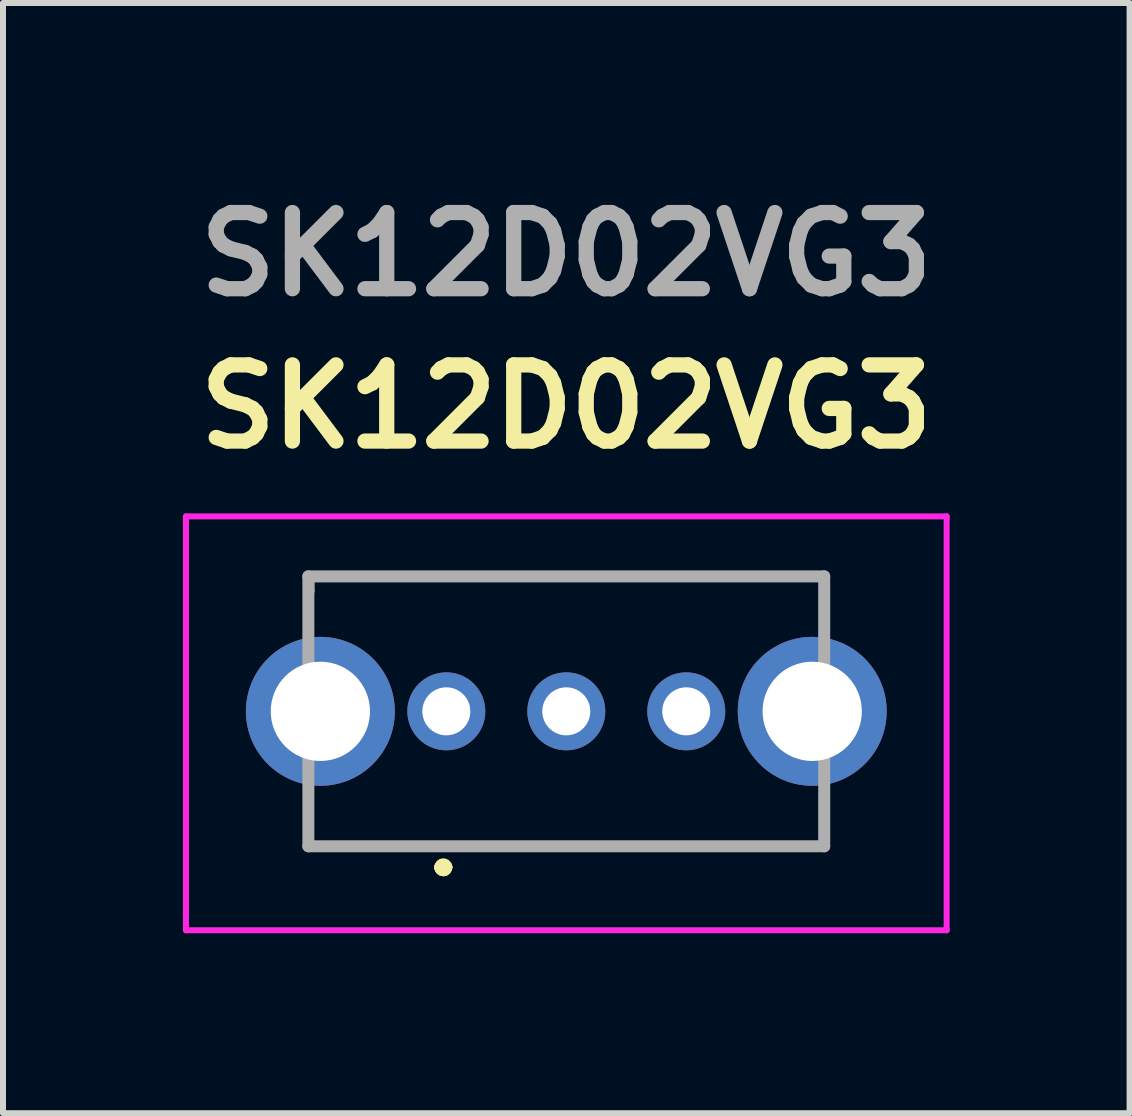
<source format=kicad_pcb>
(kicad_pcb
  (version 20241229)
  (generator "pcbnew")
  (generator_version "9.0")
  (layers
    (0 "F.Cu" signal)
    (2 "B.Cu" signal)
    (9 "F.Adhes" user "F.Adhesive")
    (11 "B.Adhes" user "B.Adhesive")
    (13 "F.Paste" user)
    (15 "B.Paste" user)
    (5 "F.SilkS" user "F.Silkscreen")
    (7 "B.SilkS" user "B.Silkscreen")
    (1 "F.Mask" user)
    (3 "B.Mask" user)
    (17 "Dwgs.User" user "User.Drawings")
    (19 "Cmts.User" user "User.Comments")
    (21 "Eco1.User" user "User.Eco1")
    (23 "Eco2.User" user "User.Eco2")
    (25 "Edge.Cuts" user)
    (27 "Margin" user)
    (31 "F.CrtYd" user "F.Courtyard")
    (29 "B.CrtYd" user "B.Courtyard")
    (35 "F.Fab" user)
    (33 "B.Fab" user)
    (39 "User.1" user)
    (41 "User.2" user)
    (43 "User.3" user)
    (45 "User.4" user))
  (footprint "SK12D02VG3"
    (layer "F.Cu")
    (at 6.391 8.809)
    (property "Reference" "SK12D02VG3" (at 0 -5.08 0) (layer "F.SilkS") (effects (font (size 1.27 1.27) (thickness 0.254))))
    (attr through_hole)
    (fp_line (start -4.3 -2.25) (end -4.3 -2) (stroke (width 0.1) (type solid)) (layer "F.SilkS"))
    (fp_line (start -4.3 -2) (end -4.25 -2) (stroke (width 0.1) (type solid)) (layer "F.SilkS"))
    (fp_line (start -4.3 1.75) (end -4.3 1.75) (stroke (width 0.1) (type solid)) (layer "F.SilkS"))
    (fp_line (start -4.3 1.75) (end -4.3 2.25) (stroke (width 0.1) (type solid)) (layer "F.SilkS"))
    (fp_line (start -4.3 2.25) (end -4.3 1.75) (stroke (width 0.1) (type solid)) (layer "F.SilkS"))
    (fp_line (start -4.3 2.25) (end -4.3 2.25) (stroke (width 0.1) (type solid)) (layer "F.SilkS"))
    (fp_line (start -4.3 2.25) (end -4.3 2.25) (stroke (width 0.1) (type solid)) (layer "F.SilkS"))
    (fp_line (start -4.3 2.25) (end 4.3 2.25) (stroke (width 0.1) (type solid)) (layer "F.SilkS"))
    (fp_line (start -4.25 -2.25) (end -4.3 -2.25) (stroke (width 0.1) (type solid)) (layer "F.SilkS"))
    (fp_line (start -4.25 -2.25) (end -4.25 -2.25) (stroke (width 0.1) (type solid)) (layer "F.SilkS"))
    (fp_line (start -4.25 -2.25) (end 4.3 -2.25) (stroke (width 0.1) (type solid)) (layer "F.SilkS"))
    (fp_line (start -4.25 -2) (end -4.25 -2.25) (stroke (width 0.1) (type solid)) (layer "F.SilkS"))
    (fp_line (start -2.1 2.6) (end -2.1 2.6) (stroke (width 0.2) (type solid)) (layer "F.SilkS"))
    (fp_line (start -2.1 2.6) (end -2.1 2.6) (stroke (width 0.2) (type solid)) (layer "F.SilkS"))
    (fp_line (start -2 2.6) (end -2 2.6) (stroke (width 0.2) (type solid)) (layer "F.SilkS"))
    (fp_line (start 4.3 -2.25) (end -4.25 -2.25) (stroke (width 0.1) (type solid)) (layer "F.SilkS"))
    (fp_line (start 4.3 -2.25) (end 4.3 -2.25) (stroke (width 0.1) (type solid)) (layer "F.SilkS"))
    (fp_line (start 4.3 -2.25) (end 4.3 -2.25) (stroke (width 0.1) (type solid)) (layer "F.SilkS"))
    (fp_line (start 4.3 -2.25) (end 4.3 -1.75) (stroke (width 0.1) (type solid)) (layer "F.SilkS"))
    (fp_line (start 4.3 -1.75) (end 4.3 -2.25) (stroke (width 0.1) (type solid)) (layer "F.SilkS"))
    (fp_line (start 4.3 -1.75) (end 4.3 -1.75) (stroke (width 0.1) (type solid)) (layer "F.SilkS"))
    (fp_line (start 4.3 1.75) (end 4.3 1.75) (stroke (width 0.1) (type solid)) (layer "F.SilkS"))
    (fp_line (start 4.3 1.75) (end 4.3 2.25) (stroke (width 0.1) (type solid)) (layer "F.SilkS"))
    (fp_line (start 4.3 2.25) (end -4.3 2.25) (stroke (width 0.1) (type solid)) (layer "F.SilkS"))
    (fp_line (start 4.3 2.25) (end 4.3 1.75) (stroke (width 0.1) (type solid)) (layer "F.SilkS"))
    (fp_line (start 4.3 2.25) (end 4.3 2.25) (stroke (width 0.1) (type solid)) (layer "F.SilkS"))
    (fp_line (start 4.3 2.25) (end 4.3 2.25) (stroke (width 0.1) (type solid)) (layer "F.SilkS"))
    (fp_arc (start -2.1 2.6) (mid -2.05 2.55) (end -2 2.6) (stroke (width 0.2) (type solid)) (layer "F.SilkS"))
    (fp_arc (start -2 2.6) (mid -2.05 2.65) (end -2.1 2.6) (stroke (width 0.2) (type solid)) (layer "F.SilkS"))
    (fp_arc (start -2 2.6) (mid -2.05 2.65) (end -2.1 2.6) (stroke (width 0.2) (type solid)) (layer "F.SilkS"))
    (fp_line (start -6.341 -3.25) (end 6.341 -3.25) (stroke (width 0.1) (type solid)) (layer "F.CrtYd"))
    (fp_line (start -6.341 3.65) (end -6.341 -3.25) (stroke (width 0.1) (type solid)) (layer "F.CrtYd"))
    (fp_line (start 6.341 -3.25) (end 6.341 3.65) (stroke (width 0.1) (type solid)) (layer "F.CrtYd"))
    (fp_line (start 6.341 3.65) (end -6.341 3.65) (stroke (width 0.1) (type solid)) (layer "F.CrtYd"))
    (fp_line (start -4.3 -2.25) (end -4.3 2.25) (stroke (width 0.2) (type solid)) (layer "F.Fab"))
    (fp_line (start -4.3 2.25) (end 4.3 2.25) (stroke (width 0.2) (type solid)) (layer "F.Fab"))
    (fp_line (start 4.3 -2.25) (end -4.3 -2.25) (stroke (width 0.2) (type solid)) (layer "F.Fab"))
    (fp_line (start 4.3 2.25) (end 4.3 -2.25) (stroke (width 0.2) (type solid)) (layer "F.Fab"))
    (fp_text user "${REFERENCE}" (at 0 -7.62 0) (layer "F.Fab") (effects (font (size 1.27 1.27) (thickness 0.254))))
    (pad "1" thru_hole circle (at -2 0) (size 1.3 1.3) (drill 0.8) (layers "*.Cu" "*.Mask"))
    (pad "2" thru_hole circle (at 0 0) (size 1.3 1.3) (drill 0.8) (layers "*.Cu" "*.Mask"))
    (pad "3" thru_hole circle (at 2 0) (size 1.3 1.3) (drill 0.8) (layers "*.Cu" "*.Mask"))
    (pad "MH1" thru_hole circle (at -4.1 0) (size 2.483 2.483) (drill 1.655) (layers "*.Cu" "*.Mask"))
    (pad "MH2" thru_hole circle (at 4.1 0) (size 2.483 2.483) (drill 1.655) (layers "*.Cu" "*.Mask")))
  (gr_rect
    (start -3 -3)
    (end 15.782 15.509)
    (stroke (width 0.1) (type default))
    (fill no)
    (layer "Edge.Cuts")))
</source>
